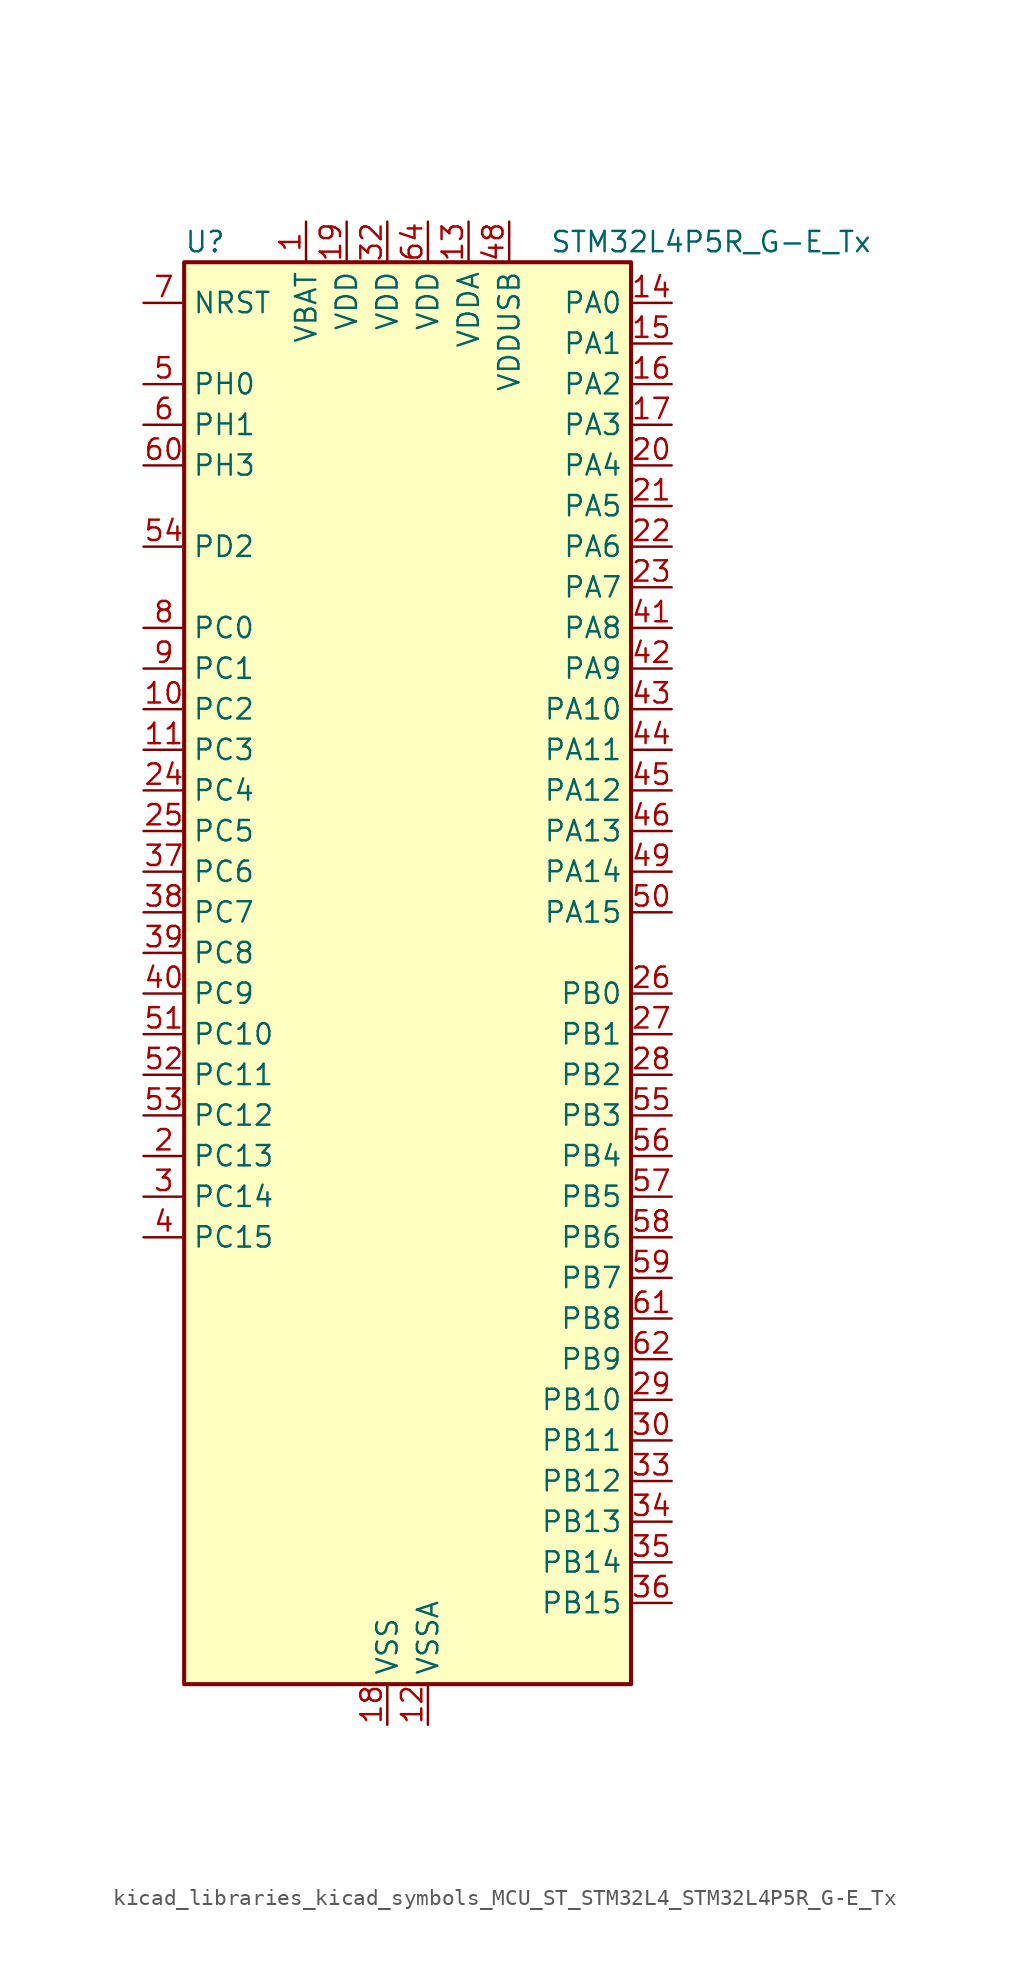
<source format=kicad_sym>
(kicad_symbol_lib
  (version 20220914)
  (generator kicad_symbol_editor)
  (symbol "kicad_libraries_kicad_symbols_MCU_ST_STM32L4_STM32L4P5R_G-E_Tx"
    (property "Reference" "U"
      (at -12.7 46.99 0)
      (effects (font (size 1.27 1.27)) (justify left)))
    (property "Value" "STM32L4P5R_G-E_Tx"
      (at 10.16 46.99 0)
      (effects (font (size 1.27 1.27)) (justify left)))
    (property "ki_locked" ""
      (at 0 0 0)
      (effects (font (size 1.27 1.27))))
    (symbol "kicad_libraries_kicad_symbols_MCU_ST_STM32L4_STM32L4P5R_G-E_Tx_0_1"
      (rectangle (start -12.7 -43.18) (end 15.24 45.72) (stroke (width 0.254) (type default)) (fill (type background))))
    (symbol "kicad_libraries_kicad_symbols_MCU_ST_STM32L4_STM32L4P5R_G-E_Tx_1_1"
      (pin power_in line (at -5.08 48.26 270) (length 2.54) (name "VBAT" (effects (font (size 1.27 1.27)))) (number "1" (effects (font (size 1.27 1.27)))))
      (pin bidirectional line (at -15.24 17.78 0) (length 2.54) (name "PC2" (effects (font (size 1.27 1.27)))) (number "10" (effects (font (size 1.27 1.27)))) (alternate "ADC1_IN3" bidirectional line) (alternate "ADC2_IN3" bidirectional line) (alternate "DFSDM1_CKOUT" bidirectional line) (alternate "LPTIM1_IN2" bidirectional line) (alternate "LTDC_HSYNC" bidirectional line) (alternate "OCTOSPIM_P1_IO5" bidirectional line) (alternate "SPI2_MISO" bidirectional line))
      (pin bidirectional line (at -15.24 15.24 0) (length 2.54) (name "PC3" (effects (font (size 1.27 1.27)))) (number "11" (effects (font (size 1.27 1.27)))) (alternate "ADC1_IN4" bidirectional line) (alternate "ADC2_IN4" bidirectional line) (alternate "LPTIM1_ETR" bidirectional line) (alternate "LPTIM2_ETR" bidirectional line) (alternate "OCTOSPIM_P1_IO6" bidirectional line) (alternate "SAI1_D1" bidirectional line) (alternate "SAI1_SD_A" bidirectional line) (alternate "SPI2_MOSI" bidirectional line))
      (pin power_in line (at 2.54 -45.72 90) (length 2.54) (name "VSSA" (effects (font (size 1.27 1.27)))) (number "12" (effects (font (size 1.27 1.27)))))
      (pin power_in line (at 5.08 48.26 270) (length 2.54) (name "VDDA" (effects (font (size 1.27 1.27)))) (number "13" (effects (font (size 1.27 1.27)))))
      (pin bidirectional line (at 17.78 43.18 180) (length 2.54) (name "PA0" (effects (font (size 1.27 1.27)))) (number "14" (effects (font (size 1.27 1.27)))) (alternate "ADC1_IN5" bidirectional line) (alternate "ADC2_IN5" bidirectional line) (alternate "OPAMP1_VINP" bidirectional line) (alternate "RTC_TAMP2" bidirectional line) (alternate "SAI1_EXTCLK" bidirectional line) (alternate "SYS_WKUP1" bidirectional line) (alternate "TIM2_CH1" bidirectional line) (alternate "TIM2_ETR" bidirectional line) (alternate "TIM5_CH1" bidirectional line) (alternate "TIM8_ETR" bidirectional line) (alternate "UART4_TX" bidirectional line) (alternate "USART2_CTS" bidirectional line) (alternate "USART2_NSS" bidirectional line))
      (pin bidirectional line (at 17.78 40.64 180) (length 2.54) (name "PA1" (effects (font (size 1.27 1.27)))) (number "15" (effects (font (size 1.27 1.27)))) (alternate "ADC1_IN6" bidirectional line) (alternate "ADC2_IN6" bidirectional line) (alternate "I2C1_SMBA" bidirectional line) (alternate "OCTOSPIM_P1_DQS" bidirectional line) (alternate "OPAMP1_VINM" bidirectional line) (alternate "SDMMC2_CMD" bidirectional line) (alternate "SPI1_SCK" bidirectional line) (alternate "TIM15_CH1N" bidirectional line) (alternate "TIM2_CH2" bidirectional line) (alternate "TIM5_CH2" bidirectional line) (alternate "UART4_RX" bidirectional line) (alternate "USART2_DE" bidirectional line) (alternate "USART2_RTS" bidirectional line))
      (pin bidirectional line (at 17.78 38.1 180) (length 2.54) (name "PA2" (effects (font (size 1.27 1.27)))) (number "16" (effects (font (size 1.27 1.27)))) (alternate "ADC1_IN7" bidirectional line) (alternate "ADC2_IN7" bidirectional line) (alternate "LPUART1_TX" bidirectional line) (alternate "OCTOSPIM_P1_NCS" bidirectional line) (alternate "RCC_LSCO" bidirectional line) (alternate "SAI2_EXTCLK" bidirectional line) (alternate "SYS_WKUP4" bidirectional line) (alternate "TIM15_CH1" bidirectional line) (alternate "TIM2_CH3" bidirectional line) (alternate "TIM5_CH3" bidirectional line) (alternate "USART2_TX" bidirectional line))
      (pin bidirectional line (at 17.78 35.56 180) (length 2.54) (name "PA3" (effects (font (size 1.27 1.27)))) (number "17" (effects (font (size 1.27 1.27)))) (alternate "ADC1_IN8" bidirectional line) (alternate "ADC2_IN8" bidirectional line) (alternate "LPUART1_RX" bidirectional line) (alternate "OCTOSPIM_P1_CLK" bidirectional line) (alternate "OPAMP1_VOUT" bidirectional line) (alternate "SAI1_CK1" bidirectional line) (alternate "SAI1_MCLK_A" bidirectional line) (alternate "TIM15_CH2" bidirectional line) (alternate "TIM2_CH4" bidirectional line) (alternate "TIM5_CH4" bidirectional line) (alternate "USART2_RX" bidirectional line))
      (pin power_in line (at 0 -45.72 90) (length 2.54) (name "VSS" (effects (font (size 1.27 1.27)))) (number "18" (effects (font (size 1.27 1.27)))))
      (pin power_in line (at -2.54 48.26 270) (length 2.54) (name "VDD" (effects (font (size 1.27 1.27)))) (number "19" (effects (font (size 1.27 1.27)))))
      (pin bidirectional line (at -15.24 -10.16 0) (length 2.54) (name "PC13" (effects (font (size 1.27 1.27)))) (number "2" (effects (font (size 1.27 1.27)))) (alternate "RTC_OUT1" bidirectional line) (alternate "RTC_TAMP1" bidirectional line) (alternate "RTC_TS" bidirectional line) (alternate "SYS_WKUP2" bidirectional line))
      (pin bidirectional line (at 17.78 33.02 180) (length 2.54) (name "PA4" (effects (font (size 1.27 1.27)))) (number "20" (effects (font (size 1.27 1.27)))) (alternate "ADC1_IN9" bidirectional line) (alternate "ADC2_IN9" bidirectional line) (alternate "DAC1_OUT1" bidirectional line) (alternate "DCMI_HSYNC" bidirectional line) (alternate "LPTIM2_OUT" bidirectional line) (alternate "LTDC_CLK" bidirectional line) (alternate "OCTOSPIM_P1_NCS" bidirectional line) (alternate "PSSI_DE" bidirectional line) (alternate "SAI1_FS_B" bidirectional line) (alternate "SPI1_NSS" bidirectional line) (alternate "SPI3_NSS" bidirectional line) (alternate "USART2_CK" bidirectional line))
      (pin bidirectional line (at 17.78 30.48 180) (length 2.54) (name "PA5" (effects (font (size 1.27 1.27)))) (number "21" (effects (font (size 1.27 1.27)))) (alternate "ADC1_IN10" bidirectional line) (alternate "ADC2_IN10" bidirectional line) (alternate "DAC1_OUT2" bidirectional line) (alternate "LPTIM2_ETR" bidirectional line) (alternate "LTDC_R7" bidirectional line) (alternate "PSSI_D14" bidirectional line) (alternate "SPI1_SCK" bidirectional line) (alternate "TIM2_CH1" bidirectional line) (alternate "TIM2_ETR" bidirectional line) (alternate "TIM8_CH1N" bidirectional line))
      (pin bidirectional line (at 17.78 27.94 180) (length 2.54) (name "PA6" (effects (font (size 1.27 1.27)))) (number "22" (effects (font (size 1.27 1.27)))) (alternate "ADC1_IN11" bidirectional line) (alternate "ADC2_IN11" bidirectional line) (alternate "DCMI_PIXCLK" bidirectional line) (alternate "LPUART1_CTS" bidirectional line) (alternate "OCTOSPIM_P1_IO3" bidirectional line) (alternate "OPAMP2_VINP" bidirectional line) (alternate "PSSI_PDCK" bidirectional line) (alternate "SPI1_MISO" bidirectional line) (alternate "TIM16_CH1" bidirectional line) (alternate "TIM1_BKIN" bidirectional line) (alternate "TIM3_CH1" bidirectional line) (alternate "TIM8_BKIN" bidirectional line) (alternate "USART3_CTS" bidirectional line) (alternate "USART3_NSS" bidirectional line))
      (pin bidirectional line (at 17.78 25.4 180) (length 2.54) (name "PA7" (effects (font (size 1.27 1.27)))) (number "23" (effects (font (size 1.27 1.27)))) (alternate "ADC1_IN12" bidirectional line) (alternate "ADC2_IN12" bidirectional line) (alternate "I2C3_SCL" bidirectional line) (alternate "OCTOSPIM_P1_IO2" bidirectional line) (alternate "OPAMP2_VINM" bidirectional line) (alternate "SPI1_MOSI" bidirectional line) (alternate "TIM17_CH1" bidirectional line) (alternate "TIM1_CH1N" bidirectional line) (alternate "TIM3_CH2" bidirectional line) (alternate "TIM8_CH1N" bidirectional line))
      (pin bidirectional line (at -15.24 12.7 0) (length 2.54) (name "PC4" (effects (font (size 1.27 1.27)))) (number "24" (effects (font (size 1.27 1.27)))) (alternate "ADC1_IN13" bidirectional line) (alternate "ADC2_IN13" bidirectional line) (alternate "COMP1_INM" bidirectional line) (alternate "OCTOSPIM_P1_IO7" bidirectional line) (alternate "OCTOSPIM_P2_NCS" bidirectional line) (alternate "USART3_TX" bidirectional line))
      (pin bidirectional line (at -15.24 10.16 0) (length 2.54) (name "PC5" (effects (font (size 1.27 1.27)))) (number "25" (effects (font (size 1.27 1.27)))) (alternate "ADC1_IN14" bidirectional line) (alternate "ADC2_IN14" bidirectional line) (alternate "COMP1_INP" bidirectional line) (alternate "LTDC_CLK" bidirectional line) (alternate "PSSI_D15" bidirectional line) (alternate "SAI1_D3" bidirectional line) (alternate "SYS_WKUP5" bidirectional line) (alternate "USART3_RX" bidirectional line))
      (pin bidirectional line (at 17.78 0 180) (length 2.54) (name "PB0" (effects (font (size 1.27 1.27)))) (number "26" (effects (font (size 1.27 1.27)))) (alternate "ADC1_IN15" bidirectional line) (alternate "ADC2_IN15" bidirectional line) (alternate "COMP1_OUT" bidirectional line) (alternate "LTDC_B6" bidirectional line) (alternate "OCTOSPIM_P1_IO1" bidirectional line) (alternate "OPAMP2_VOUT" bidirectional line) (alternate "SAI1_EXTCLK" bidirectional line) (alternate "SPI1_NSS" bidirectional line) (alternate "TIM1_CH2N" bidirectional line) (alternate "TIM3_CH3" bidirectional line) (alternate "TIM8_CH2N" bidirectional line) (alternate "USART3_CK" bidirectional line))
      (pin bidirectional line (at 17.78 -2.54 180) (length 2.54) (name "PB1" (effects (font (size 1.27 1.27)))) (number "27" (effects (font (size 1.27 1.27)))) (alternate "ADC1_IN16" bidirectional line) (alternate "ADC2_IN16" bidirectional line) (alternate "COMP1_INM" bidirectional line) (alternate "DFSDM1_DATIN0" bidirectional line) (alternate "LPTIM2_IN1" bidirectional line) (alternate "LPUART1_DE" bidirectional line) (alternate "LPUART1_RTS" bidirectional line) (alternate "LTDC_G6" bidirectional line) (alternate "OCTOSPIM_P1_IO0" bidirectional line) (alternate "TIM1_CH3N" bidirectional line) (alternate "TIM3_CH4" bidirectional line) (alternate "TIM8_CH3N" bidirectional line) (alternate "USART3_DE" bidirectional line) (alternate "USART3_RTS" bidirectional line))
      (pin bidirectional line (at 17.78 -5.08 180) (length 2.54) (name "PB2" (effects (font (size 1.27 1.27)))) (number "28" (effects (font (size 1.27 1.27)))) (alternate "COMP1_INP" bidirectional line) (alternate "DFSDM1_CKIN0" bidirectional line) (alternate "I2C3_SMBA" bidirectional line) (alternate "LPTIM1_OUT" bidirectional line) (alternate "OCTOSPIM_P1_DQS" bidirectional line) (alternate "RTC_OUT2" bidirectional line))
      (pin bidirectional line (at 17.78 -25.4 180) (length 2.54) (name "PB10" (effects (font (size 1.27 1.27)))) (number "29" (effects (font (size 1.27 1.27)))) (alternate "COMP1_OUT" bidirectional line) (alternate "I2C2_SCL" bidirectional line) (alternate "I2C4_SCL" bidirectional line) (alternate "LPUART1_RX" bidirectional line) (alternate "OCTOSPIM_P1_CLK" bidirectional line) (alternate "OCTOSPIM_P1_IO3" bidirectional line) (alternate "SAI1_SCK_A" bidirectional line) (alternate "SPI2_SCK" bidirectional line) (alternate "TIM2_CH3" bidirectional line) (alternate "TSC_SYNC" bidirectional line) (alternate "USART3_TX" bidirectional line))
      (pin bidirectional line (at -15.24 -12.7 0) (length 2.54) (name "PC14" (effects (font (size 1.27 1.27)))) (number "3" (effects (font (size 1.27 1.27)))) (alternate "RCC_OSC32_IN" bidirectional line))
      (pin bidirectional line (at 17.78 -27.94 180) (length 2.54) (name "PB11" (effects (font (size 1.27 1.27)))) (number "30" (effects (font (size 1.27 1.27)))) (alternate "ADC1_EXTI11" bidirectional line) (alternate "ADC2_EXTI11" bidirectional line) (alternate "COMP2_OUT" bidirectional line) (alternate "I2C2_SDA" bidirectional line) (alternate "I2C4_SDA" bidirectional line) (alternate "LPUART1_TX" bidirectional line) (alternate "LTDC_VSYNC" bidirectional line) (alternate "OCTOSPIM_P1_NCS" bidirectional line) (alternate "TIM2_CH4" bidirectional line) (alternate "USART3_RX" bidirectional line))
      (pin passive line (at 0 -45.72 90) (length 2.54) hide (name "VSS" (effects (font (size 1.27 1.27)))) (number "31" (effects (font (size 1.27 1.27)))))
      (pin power_in line (at 0 48.26 270) (length 2.54) (name "VDD" (effects (font (size 1.27 1.27)))) (number "32" (effects (font (size 1.27 1.27)))))
      (pin bidirectional line (at 17.78 -30.48 180) (length 2.54) (name "PB12" (effects (font (size 1.27 1.27)))) (number "33" (effects (font (size 1.27 1.27)))) (alternate "DFSDM1_DATIN1" bidirectional line) (alternate "I2C2_SMBA" bidirectional line) (alternate "LPUART1_DE" bidirectional line) (alternate "LPUART1_RTS" bidirectional line) (alternate "OCTOSPIM_P1_NCLK" bidirectional line) (alternate "SAI2_FS_A" bidirectional line) (alternate "SDMMC2_CK" bidirectional line) (alternate "SPI2_NSS" bidirectional line) (alternate "TIM15_BKIN" bidirectional line) (alternate "TIM1_BKIN" bidirectional line) (alternate "TSC_G1_IO1" bidirectional line) (alternate "USART3_CK" bidirectional line))
      (pin bidirectional line (at 17.78 -33.02 180) (length 2.54) (name "PB13" (effects (font (size 1.27 1.27)))) (number "34" (effects (font (size 1.27 1.27)))) (alternate "DFSDM1_CKIN1" bidirectional line) (alternate "I2C2_SCL" bidirectional line) (alternate "LPUART1_CTS" bidirectional line) (alternate "OCTOSPIM_P1_IO1" bidirectional line) (alternate "SAI2_SCK_A" bidirectional line) (alternate "SPI2_SCK" bidirectional line) (alternate "TIM15_CH1N" bidirectional line) (alternate "TIM1_CH1N" bidirectional line) (alternate "TSC_G1_IO2" bidirectional line) (alternate "USART3_CTS" bidirectional line) (alternate "USART3_NSS" bidirectional line))
      (pin bidirectional line (at 17.78 -35.56 180) (length 2.54) (name "PB14" (effects (font (size 1.27 1.27)))) (number "35" (effects (font (size 1.27 1.27)))) (alternate "DFSDM1_DATIN2" bidirectional line) (alternate "I2C2_SDA" bidirectional line) (alternate "OCTOSPIM_P1_IO6" bidirectional line) (alternate "SAI2_MCLK_A" bidirectional line) (alternate "SDMMC2_D0" bidirectional line) (alternate "SPI2_MISO" bidirectional line) (alternate "TIM15_CH1" bidirectional line) (alternate "TIM1_CH2N" bidirectional line) (alternate "TIM8_CH2N" bidirectional line) (alternate "TSC_G1_IO3" bidirectional line) (alternate "USART3_DE" bidirectional line) (alternate "USART3_RTS" bidirectional line))
      (pin bidirectional line (at 17.78 -38.1 180) (length 2.54) (name "PB15" (effects (font (size 1.27 1.27)))) (number "36" (effects (font (size 1.27 1.27)))) (alternate "ADC1_EXTI15" bidirectional line) (alternate "ADC2_EXTI15" bidirectional line) (alternate "DFSDM1_CKIN2" bidirectional line) (alternate "OCTOSPIM_P1_IO7" bidirectional line) (alternate "RTC_REFIN" bidirectional line) (alternate "SAI2_SD_A" bidirectional line) (alternate "SDMMC2_D1" bidirectional line) (alternate "SPI2_MOSI" bidirectional line) (alternate "TIM15_CH2" bidirectional line) (alternate "TIM1_CH3N" bidirectional line) (alternate "TIM8_CH3N" bidirectional line) (alternate "TSC_G1_IO4" bidirectional line))
      (pin bidirectional line (at -15.24 7.62 0) (length 2.54) (name "PC6" (effects (font (size 1.27 1.27)))) (number "37" (effects (font (size 1.27 1.27)))) (alternate "DCMI_D0" bidirectional line) (alternate "DFSDM1_CKIN3" bidirectional line) (alternate "LTDC_G7" bidirectional line) (alternate "PSSI_D0" bidirectional line) (alternate "SAI2_MCLK_A" bidirectional line) (alternate "SDMMC1_D0DIR" bidirectional line) (alternate "SDMMC1_D6" bidirectional line) (alternate "SDMMC2_D6" bidirectional line) (alternate "TIM3_CH1" bidirectional line) (alternate "TIM8_CH1" bidirectional line) (alternate "TSC_G4_IO1" bidirectional line))
      (pin bidirectional line (at -15.24 5.08 0) (length 2.54) (name "PC7" (effects (font (size 1.27 1.27)))) (number "38" (effects (font (size 1.27 1.27)))) (alternate "DCMI_D1" bidirectional line) (alternate "DFSDM1_DATIN3" bidirectional line) (alternate "LTDC_B6" bidirectional line) (alternate "PSSI_D1" bidirectional line) (alternate "SAI2_MCLK_B" bidirectional line) (alternate "SDMMC1_D123DIR" bidirectional line) (alternate "SDMMC1_D7" bidirectional line) (alternate "SDMMC2_D7" bidirectional line) (alternate "TIM3_CH2" bidirectional line) (alternate "TIM8_CH2" bidirectional line) (alternate "TSC_G4_IO2" bidirectional line))
      (pin bidirectional line (at -15.24 2.54 0) (length 2.54) (name "PC8" (effects (font (size 1.27 1.27)))) (number "39" (effects (font (size 1.27 1.27)))) (alternate "DCMI_D2" bidirectional line) (alternate "PSSI_D2" bidirectional line) (alternate "SDMMC1_D0" bidirectional line) (alternate "TIM3_CH3" bidirectional line) (alternate "TIM8_CH3" bidirectional line) (alternate "TSC_G4_IO3" bidirectional line))
      (pin bidirectional line (at -15.24 -15.24 0) (length 2.54) (name "PC15" (effects (font (size 1.27 1.27)))) (number "4" (effects (font (size 1.27 1.27)))) (alternate "ADC1_EXTI15" bidirectional line) (alternate "ADC2_EXTI15" bidirectional line) (alternate "RCC_OSC32_OUT" bidirectional line))
      (pin bidirectional line (at -15.24 0 0) (length 2.54) (name "PC9" (effects (font (size 1.27 1.27)))) (number "40" (effects (font (size 1.27 1.27)))) (alternate "DAC1_EXTI9" bidirectional line) (alternate "DCMI_D3" bidirectional line) (alternate "I2C3_SDA" bidirectional line) (alternate "PSSI_D3" bidirectional line) (alternate "SAI2_EXTCLK" bidirectional line) (alternate "SDMMC1_D1" bidirectional line) (alternate "SYS_TRACED0" bidirectional line) (alternate "TIM3_CH4" bidirectional line) (alternate "TIM8_BKIN2" bidirectional line) (alternate "TIM8_CH4" bidirectional line) (alternate "TSC_G4_IO4" bidirectional line) (alternate "USB_OTG_FS_NOE" bidirectional line))
      (pin bidirectional line (at 17.78 22.86 180) (length 2.54) (name "PA8" (effects (font (size 1.27 1.27)))) (number "41" (effects (font (size 1.27 1.27)))) (alternate "LPTIM2_OUT" bidirectional line) (alternate "LTDC_B7" bidirectional line) (alternate "RCC_MCO" bidirectional line) (alternate "SAI1_CK2" bidirectional line) (alternate "SAI1_SCK_A" bidirectional line) (alternate "TIM1_CH1" bidirectional line) (alternate "USART1_CK" bidirectional line) (alternate "USB_OTG_FS_SOF" bidirectional line))
      (pin bidirectional line (at 17.78 20.32 180) (length 2.54) (name "PA9" (effects (font (size 1.27 1.27)))) (number "42" (effects (font (size 1.27 1.27)))) (alternate "DAC1_EXTI9" bidirectional line) (alternate "DCMI_D0" bidirectional line) (alternate "LTDC_G7" bidirectional line) (alternate "PSSI_D0" bidirectional line) (alternate "SAI1_FS_A" bidirectional line) (alternate "SPI2_SCK" bidirectional line) (alternate "TIM15_BKIN" bidirectional line) (alternate "TIM1_CH2" bidirectional line) (alternate "USART1_TX" bidirectional line) (alternate "USB_OTG_FS_VBUS" bidirectional line))
      (pin bidirectional line (at 17.78 17.78 180) (length 2.54) (name "PA10" (effects (font (size 1.27 1.27)))) (number "43" (effects (font (size 1.27 1.27)))) (alternate "DCMI_D1" bidirectional line) (alternate "LTDC_G6" bidirectional line) (alternate "PSSI_D1" bidirectional line) (alternate "SAI1_D1" bidirectional line) (alternate "SAI1_SD_A" bidirectional line) (alternate "TIM17_BKIN" bidirectional line) (alternate "TIM1_CH3" bidirectional line) (alternate "USART1_RX" bidirectional line) (alternate "USB_OTG_FS_ID" bidirectional line))
      (pin bidirectional line (at 17.78 15.24 180) (length 2.54) (name "PA11" (effects (font (size 1.27 1.27)))) (number "44" (effects (font (size 1.27 1.27)))) (alternate "ADC1_EXTI11" bidirectional line) (alternate "ADC2_EXTI11" bidirectional line) (alternate "CAN1_RX" bidirectional line) (alternate "LTDC_DE" bidirectional line) (alternate "SPI1_MISO" bidirectional line) (alternate "TIM1_BKIN2" bidirectional line) (alternate "TIM1_CH4" bidirectional line) (alternate "USART1_CTS" bidirectional line) (alternate "USART1_NSS" bidirectional line) (alternate "USB_OTG_FS_DM" bidirectional line))
      (pin bidirectional line (at 17.78 12.7 180) (length 2.54) (name "PA12" (effects (font (size 1.27 1.27)))) (number "45" (effects (font (size 1.27 1.27)))) (alternate "CAN1_TX" bidirectional line) (alternate "LTDC_VSYNC" bidirectional line) (alternate "OCTOSPIM_P2_NCS" bidirectional line) (alternate "SPI1_MOSI" bidirectional line) (alternate "TIM1_ETR" bidirectional line) (alternate "USART1_DE" bidirectional line) (alternate "USART1_RTS" bidirectional line) (alternate "USB_OTG_FS_DP" bidirectional line))
      (pin bidirectional line (at 17.78 10.16 180) (length 2.54) (name "PA13" (effects (font (size 1.27 1.27)))) (number "46" (effects (font (size 1.27 1.27)))) (alternate "IR_OUT" bidirectional line) (alternate "SAI1_SD_B" bidirectional line) (alternate "SYS_JTMS-SWDIO" bidirectional line) (alternate "USB_OTG_FS_NOE" bidirectional line))
      (pin passive line (at 0 -45.72 90) (length 2.54) hide (name "VSS" (effects (font (size 1.27 1.27)))) (number "47" (effects (font (size 1.27 1.27)))))
      (pin power_in line (at 7.62 48.26 270) (length 2.54) (name "VDDUSB" (effects (font (size 1.27 1.27)))) (number "48" (effects (font (size 1.27 1.27)))))
      (pin bidirectional line (at 17.78 7.62 180) (length 2.54) (name "PA14" (effects (font (size 1.27 1.27)))) (number "49" (effects (font (size 1.27 1.27)))) (alternate "I2C1_SMBA" bidirectional line) (alternate "I2C4_SMBA" bidirectional line) (alternate "LPTIM1_OUT" bidirectional line) (alternate "SAI1_FS_B" bidirectional line) (alternate "SYS_JTCK-SWCLK" bidirectional line) (alternate "USB_OTG_FS_SOF" bidirectional line))
      (pin bidirectional line (at -15.24 38.1 0) (length 2.54) (name "PH0" (effects (font (size 1.27 1.27)))) (number "5" (effects (font (size 1.27 1.27)))) (alternate "RCC_OSC_IN" bidirectional line))
      (pin bidirectional line (at 17.78 5.08 180) (length 2.54) (name "PA15" (effects (font (size 1.27 1.27)))) (number "50" (effects (font (size 1.27 1.27)))) (alternate "ADC1_EXTI15" bidirectional line) (alternate "ADC2_EXTI15" bidirectional line) (alternate "LTDC_HSYNC" bidirectional line) (alternate "SAI2_FS_B" bidirectional line) (alternate "SPI1_NSS" bidirectional line) (alternate "SPI3_NSS" bidirectional line) (alternate "SYS_JTDI" bidirectional line) (alternate "TIM2_CH1" bidirectional line) (alternate "TIM2_ETR" bidirectional line) (alternate "TSC_G3_IO1" bidirectional line) (alternate "UART4_DE" bidirectional line) (alternate "UART4_RTS" bidirectional line) (alternate "USART2_RX" bidirectional line) (alternate "USART3_DE" bidirectional line) (alternate "USART3_RTS" bidirectional line))
      (pin bidirectional line (at -15.24 -2.54 0) (length 2.54) (name "PC10" (effects (font (size 1.27 1.27)))) (number "51" (effects (font (size 1.27 1.27)))) (alternate "DCMI_D8" bidirectional line) (alternate "DCMI_VSYNC" bidirectional line) (alternate "PSSI_D8" bidirectional line) (alternate "PSSI_RDY" bidirectional line) (alternate "SAI2_SCK_B" bidirectional line) (alternate "SDMMC1_D2" bidirectional line) (alternate "SPI3_SCK" bidirectional line) (alternate "SYS_TRACED1" bidirectional line) (alternate "TSC_G3_IO2" bidirectional line) (alternate "UART4_TX" bidirectional line) (alternate "USART3_TX" bidirectional line))
      (pin bidirectional line (at -15.24 -5.08 0) (length 2.54) (name "PC11" (effects (font (size 1.27 1.27)))) (number "52" (effects (font (size 1.27 1.27)))) (alternate "ADC1_EXTI11" bidirectional line) (alternate "ADC2_EXTI11" bidirectional line) (alternate "DCMI_D2" bidirectional line) (alternate "DCMI_D4" bidirectional line) (alternate "OCTOSPIM_P1_NCS" bidirectional line) (alternate "PSSI_D2" bidirectional line) (alternate "PSSI_D4" bidirectional line) (alternate "SAI2_MCLK_B" bidirectional line) (alternate "SDMMC1_D3" bidirectional line) (alternate "SPI3_MISO" bidirectional line) (alternate "TSC_G3_IO3" bidirectional line) (alternate "UART4_RX" bidirectional line) (alternate "USART3_RX" bidirectional line))
      (pin bidirectional line (at -15.24 -7.62 0) (length 2.54) (name "PC12" (effects (font (size 1.27 1.27)))) (number "53" (effects (font (size 1.27 1.27)))) (alternate "DCMI_D9" bidirectional line) (alternate "LTDC_R6" bidirectional line) (alternate "PSSI_D9" bidirectional line) (alternate "SAI2_SD_B" bidirectional line) (alternate "SDMMC1_CK" bidirectional line) (alternate "SPI3_MOSI" bidirectional line) (alternate "SYS_TRACED3" bidirectional line) (alternate "TSC_G3_IO4" bidirectional line) (alternate "USART3_CK" bidirectional line))
      (pin bidirectional line (at -15.24 27.94 0) (length 2.54) (name "PD2" (effects (font (size 1.27 1.27)))) (number "54" (effects (font (size 1.27 1.27)))) (alternate "DCMI_D11" bidirectional line) (alternate "PSSI_D11" bidirectional line) (alternate "SDMMC1_CMD" bidirectional line) (alternate "SYS_TRACED2" bidirectional line) (alternate "TIM3_ETR" bidirectional line) (alternate "TSC_SYNC" bidirectional line) (alternate "USART3_DE" bidirectional line) (alternate "USART3_RTS" bidirectional line))
      (pin bidirectional line (at 17.78 -7.62 180) (length 2.54) (name "PB3" (effects (font (size 1.27 1.27)))) (number "55" (effects (font (size 1.27 1.27)))) (alternate "COMP2_INM" bidirectional line) (alternate "CRS_SYNC" bidirectional line) (alternate "OCTOSPIM_P1_IO4" bidirectional line) (alternate "SAI1_SCK_B" bidirectional line) (alternate "SDMMC2_D2" bidirectional line) (alternate "SPI1_SCK" bidirectional line) (alternate "SPI3_SCK" bidirectional line) (alternate "SYS_JTDO-SWO" bidirectional line) (alternate "TIM2_CH2" bidirectional line) (alternate "USART1_DE" bidirectional line) (alternate "USART1_RTS" bidirectional line))
      (pin bidirectional line (at 17.78 -10.16 180) (length 2.54) (name "PB4" (effects (font (size 1.27 1.27)))) (number "56" (effects (font (size 1.27 1.27)))) (alternate "COMP2_INP" bidirectional line) (alternate "DCMI_D12" bidirectional line) (alternate "I2C3_SDA" bidirectional line) (alternate "OCTOSPIM_P1_IO5" bidirectional line) (alternate "PSSI_D12" bidirectional line) (alternate "SAI1_MCLK_B" bidirectional line) (alternate "SDMMC2_D3" bidirectional line) (alternate "SPI1_MISO" bidirectional line) (alternate "SPI3_MISO" bidirectional line) (alternate "SYS_JTRST" bidirectional line) (alternate "TIM17_BKIN" bidirectional line) (alternate "TIM3_CH1" bidirectional line) (alternate "TSC_G2_IO1" bidirectional line) (alternate "USART1_CTS" bidirectional line) (alternate "USART1_NSS" bidirectional line))
      (pin bidirectional line (at 17.78 -12.7 180) (length 2.54) (name "PB5" (effects (font (size 1.27 1.27)))) (number "57" (effects (font (size 1.27 1.27)))) (alternate "COMP2_OUT" bidirectional line) (alternate "DCMI_D10" bidirectional line) (alternate "I2C1_SMBA" bidirectional line) (alternate "LPTIM1_IN1" bidirectional line) (alternate "OCTOSPIM_P1_IO0" bidirectional line) (alternate "PSSI_D10" bidirectional line) (alternate "SAI1_SD_B" bidirectional line) (alternate "SPI1_MOSI" bidirectional line) (alternate "SPI3_MOSI" bidirectional line) (alternate "TIM16_BKIN" bidirectional line) (alternate "TIM3_CH2" bidirectional line) (alternate "TSC_G2_IO2" bidirectional line) (alternate "USART1_CK" bidirectional line))
      (pin bidirectional line (at 17.78 -15.24 180) (length 2.54) (name "PB6" (effects (font (size 1.27 1.27)))) (number "58" (effects (font (size 1.27 1.27)))) (alternate "COMP2_INP" bidirectional line) (alternate "DCMI_D5" bidirectional line) (alternate "I2C1_SCL" bidirectional line) (alternate "I2C4_SCL" bidirectional line) (alternate "LPTIM1_ETR" bidirectional line) (alternate "LTDC_R6" bidirectional line) (alternate "PSSI_D5" bidirectional line) (alternate "SAI1_FS_B" bidirectional line) (alternate "TIM16_CH1N" bidirectional line) (alternate "TIM4_CH1" bidirectional line) (alternate "TIM8_BKIN2" bidirectional line) (alternate "TSC_G2_IO3" bidirectional line) (alternate "USART1_TX" bidirectional line))
      (pin bidirectional line (at 17.78 -17.78 180) (length 2.54) (name "PB7" (effects (font (size 1.27 1.27)))) (number "59" (effects (font (size 1.27 1.27)))) (alternate "COMP2_INM" bidirectional line) (alternate "DCMI_VSYNC" bidirectional line) (alternate "I2C1_SDA" bidirectional line) (alternate "I2C4_SDA" bidirectional line) (alternate "LPTIM1_IN2" bidirectional line) (alternate "LTDC_VSYNC" bidirectional line) (alternate "PSSI_RDY" bidirectional line) (alternate "SYS_PVD_IN" bidirectional line) (alternate "TIM17_CH1N" bidirectional line) (alternate "TIM4_CH2" bidirectional line) (alternate "TIM8_BKIN" bidirectional line) (alternate "TSC_G2_IO4" bidirectional line) (alternate "UART4_CTS" bidirectional line) (alternate "USART1_RX" bidirectional line))
      (pin bidirectional line (at -15.24 35.56 0) (length 2.54) (name "PH1" (effects (font (size 1.27 1.27)))) (number "6" (effects (font (size 1.27 1.27)))) (alternate "RCC_OSC_OUT" bidirectional line))
      (pin bidirectional line (at -15.24 33.02 0) (length 2.54) (name "PH3" (effects (font (size 1.27 1.27)))) (number "60" (effects (font (size 1.27 1.27)))))
      (pin bidirectional line (at 17.78 -20.32 180) (length 2.54) (name "PB8" (effects (font (size 1.27 1.27)))) (number "61" (effects (font (size 1.27 1.27)))) (alternate "CAN1_RX" bidirectional line) (alternate "DCMI_D6" bidirectional line) (alternate "DFSDM1_CKOUT" bidirectional line) (alternate "I2C1_SCL" bidirectional line) (alternate "LTDC_DE" bidirectional line) (alternate "PSSI_D6" bidirectional line) (alternate "SAI1_CK1" bidirectional line) (alternate "SAI1_MCLK_A" bidirectional line) (alternate "SDMMC1_CKIN" bidirectional line) (alternate "SDMMC1_D4" bidirectional line) (alternate "SDMMC2_D4" bidirectional line) (alternate "TIM16_CH1" bidirectional line) (alternate "TIM4_CH3" bidirectional line))
      (pin bidirectional line (at 17.78 -22.86 180) (length 2.54) (name "PB9" (effects (font (size 1.27 1.27)))) (number "62" (effects (font (size 1.27 1.27)))) (alternate "CAN1_TX" bidirectional line) (alternate "DAC1_EXTI9" bidirectional line) (alternate "DCMI_D7" bidirectional line) (alternate "I2C1_SDA" bidirectional line) (alternate "IR_OUT" bidirectional line) (alternate "PSSI_D7" bidirectional line) (alternate "SAI1_D2" bidirectional line) (alternate "SAI1_FS_A" bidirectional line) (alternate "SDMMC1_CDIR" bidirectional line) (alternate "SDMMC1_D5" bidirectional line) (alternate "SDMMC2_D5" bidirectional line) (alternate "SPI2_NSS" bidirectional line) (alternate "TIM17_CH1" bidirectional line) (alternate "TIM4_CH4" bidirectional line))
      (pin passive line (at 0 -45.72 90) (length 2.54) hide (name "VSS" (effects (font (size 1.27 1.27)))) (number "63" (effects (font (size 1.27 1.27)))))
      (pin power_in line (at 2.54 48.26 270) (length 2.54) (name "VDD" (effects (font (size 1.27 1.27)))) (number "64" (effects (font (size 1.27 1.27)))))
      (pin input line (at -15.24 43.18 0) (length 2.54) (name "NRST" (effects (font (size 1.27 1.27)))) (number "7" (effects (font (size 1.27 1.27)))))
      (pin bidirectional line (at -15.24 22.86 0) (length 2.54) (name "PC0" (effects (font (size 1.27 1.27)))) (number "8" (effects (font (size 1.27 1.27)))) (alternate "ADC1_IN1" bidirectional line) (alternate "ADC2_IN1" bidirectional line) (alternate "I2C3_SCL" bidirectional line) (alternate "LPTIM1_IN1" bidirectional line) (alternate "LPTIM2_IN1" bidirectional line) (alternate "LPUART1_RX" bidirectional line) (alternate "LTDC_DE" bidirectional line) (alternate "SAI2_FS_A" bidirectional line) (alternate "SDMMC1_CMD" bidirectional line) (alternate "SDMMC2_CKIN" bidirectional line))
      (pin bidirectional line (at -15.24 20.32 0) (length 2.54) (name "PC1" (effects (font (size 1.27 1.27)))) (number "9" (effects (font (size 1.27 1.27)))) (alternate "ADC1_IN2" bidirectional line) (alternate "ADC2_IN2" bidirectional line) (alternate "I2C3_SDA" bidirectional line) (alternate "LPTIM1_OUT" bidirectional line) (alternate "LPUART1_TX" bidirectional line) (alternate "OCTOSPIM_P1_IO4" bidirectional line) (alternate "SAI1_SD_A" bidirectional line) (alternate "SPI2_MOSI" bidirectional line) (alternate "SYS_TRACED0" bidirectional line)))))
</source>
